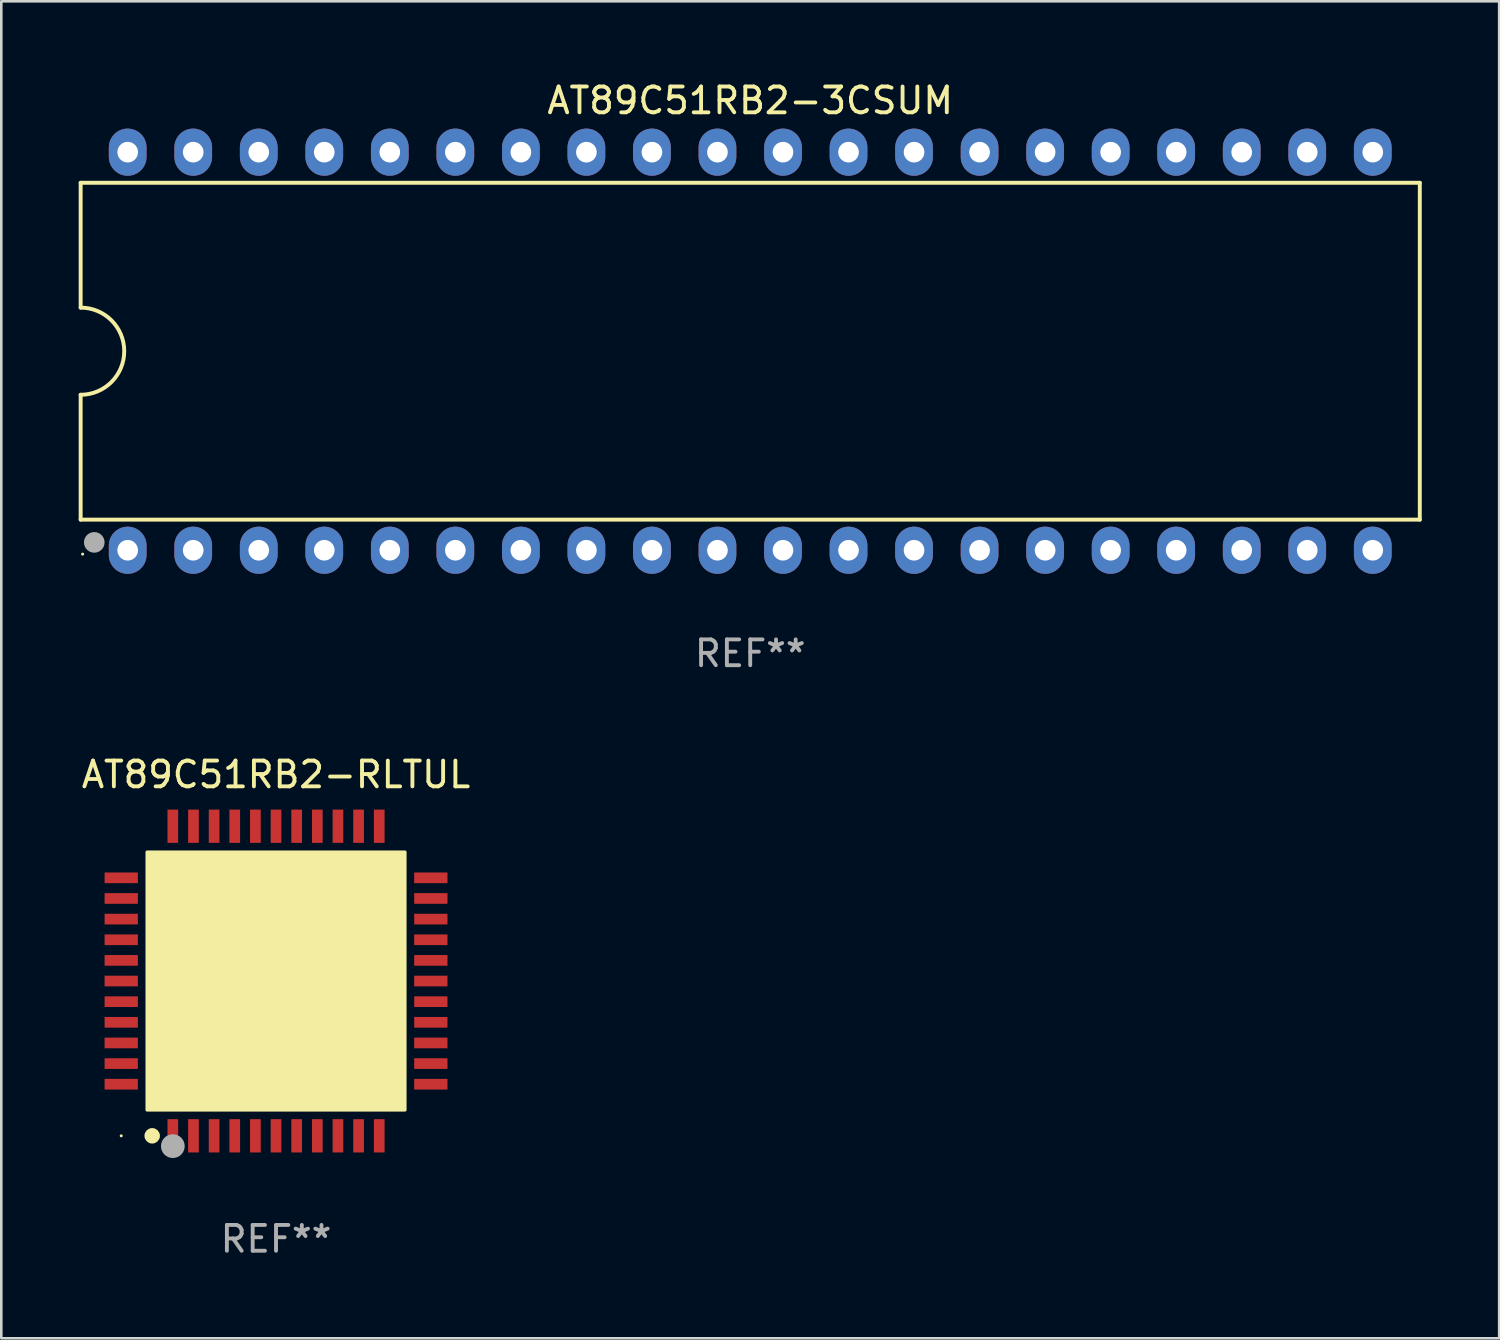
<source format=kicad_pcb>
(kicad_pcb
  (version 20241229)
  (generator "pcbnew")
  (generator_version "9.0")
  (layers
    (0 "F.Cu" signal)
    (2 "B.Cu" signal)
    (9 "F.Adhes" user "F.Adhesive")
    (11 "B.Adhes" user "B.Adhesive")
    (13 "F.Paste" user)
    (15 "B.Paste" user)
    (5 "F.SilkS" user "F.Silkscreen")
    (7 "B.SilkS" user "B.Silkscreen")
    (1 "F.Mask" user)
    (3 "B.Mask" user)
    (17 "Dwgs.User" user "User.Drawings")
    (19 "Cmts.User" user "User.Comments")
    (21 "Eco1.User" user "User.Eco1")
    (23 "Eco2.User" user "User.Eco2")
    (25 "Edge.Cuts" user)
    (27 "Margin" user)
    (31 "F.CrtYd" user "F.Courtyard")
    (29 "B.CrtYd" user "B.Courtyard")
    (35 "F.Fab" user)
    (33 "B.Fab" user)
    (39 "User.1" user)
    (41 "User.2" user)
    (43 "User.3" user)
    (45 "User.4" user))
  (footprint "AT89C51RB2-RLTUL"
    (layer "F.Cu")
    (at 7.649 34.975)
    (property "Reference" "AT89C51RB2-RLTUL" (at 0 -8 0) (layer "F.SilkS") (effects (font (size 1 1) (thickness 0.15))))
    (attr through_hole)
    (fp_circle (center -6 6) (end -5.97 6) (stroke (width 0.06) (type solid)) (fill no) (layer "F.SilkS"))
    (fp_circle (center -4.8 6) (end -4.65 6) (stroke (width 0.3) (type solid)) (fill no) (layer "F.SilkS"))
    (fp_poly (pts (xy -5 -5) (xy 5 -5) (xy 5 5) (xy -5 5)) (stroke (width 0.12) (type solid)) (fill yes) (layer "F.SilkS"))
    (fp_circle (center -4 6.4) (end -3.77 6.4) (stroke (width 0.46) (type solid)) (fill no) (layer "F.Fab"))
    (fp_text user "REF**" (at 0 10 0) (layer "F.Fab") (effects (font (size 1 1) (thickness 0.15))))
    (pad "1" smd rect (at -4 6 90) (size 1.29 0.414) (layers "F.Cu" "F.Mask" "F.Paste"))
    (pad "2" smd rect (at -3.2 6 90) (size 1.29 0.414) (layers "F.Cu" "F.Mask" "F.Paste"))
    (pad "3" smd rect (at -2.4 6 90) (size 1.29 0.414) (layers "F.Cu" "F.Mask" "F.Paste"))
    (pad "4" smd rect (at -1.6 6 90) (size 1.29 0.414) (layers "F.Cu" "F.Mask" "F.Paste"))
    (pad "5" smd rect (at -0.8 6 90) (size 1.29 0.414) (layers "F.Cu" "F.Mask" "F.Paste"))
    (pad "6" smd rect (at 0 6 90) (size 1.29 0.414) (layers "F.Cu" "F.Mask" "F.Paste"))
    (pad "7" smd rect (at 0.8 6 90) (size 1.29 0.414) (layers "F.Cu" "F.Mask" "F.Paste"))
    (pad "8" smd rect (at 1.6 6 90) (size 1.29 0.414) (layers "F.Cu" "F.Mask" "F.Paste"))
    (pad "9" smd rect (at 2.4 6 90) (size 1.29 0.414) (layers "F.Cu" "F.Mask" "F.Paste"))
    (pad "10" smd rect (at 3.2 6 90) (size 1.29 0.414) (layers "F.Cu" "F.Mask" "F.Paste"))
    (pad "11" smd rect (at 4 6 90) (size 1.29 0.414) (layers "F.Cu" "F.Mask" "F.Paste"))
    (pad "12" smd rect (at 6 4 90) (size 0.414 1.29) (layers "F.Cu" "F.Mask" "F.Paste"))
    (pad "13" smd rect (at 6 3.2 90) (size 0.414 1.29) (layers "F.Cu" "F.Mask" "F.Paste"))
    (pad "14" smd rect (at 6 2.4 90) (size 0.414 1.29) (layers "F.Cu" "F.Mask" "F.Paste"))
    (pad "15" smd rect (at 6 1.6 90) (size 0.414 1.29) (layers "F.Cu" "F.Mask" "F.Paste"))
    (pad "16" smd rect (at 6 0.8 90) (size 0.414 1.29) (layers "F.Cu" "F.Mask" "F.Paste"))
    (pad "17" smd rect (at 6 0 90) (size 0.414 1.29) (layers "F.Cu" "F.Mask" "F.Paste"))
    (pad "18" smd rect (at 6 -0.8 90) (size 0.414 1.29) (layers "F.Cu" "F.Mask" "F.Paste"))
    (pad "19" smd rect (at 6 -1.6 90) (size 0.414 1.29) (layers "F.Cu" "F.Mask" "F.Paste"))
    (pad "20" smd rect (at 6 -2.4 90) (size 0.414 1.29) (layers "F.Cu" "F.Mask" "F.Paste"))
    (pad "21" smd rect (at 6 -3.2 90) (size 0.414 1.29) (layers "F.Cu" "F.Mask" "F.Paste"))
    (pad "22" smd rect (at 6 -4 90) (size 0.414 1.29) (layers "F.Cu" "F.Mask" "F.Paste"))
    (pad "23" smd rect (at 4 -6 90) (size 1.29 0.414) (layers "F.Cu" "F.Mask" "F.Paste"))
    (pad "24" smd rect (at 3.2 -6 90) (size 1.29 0.414) (layers "F.Cu" "F.Mask" "F.Paste"))
    (pad "25" smd rect (at 2.4 -6 90) (size 1.29 0.414) (layers "F.Cu" "F.Mask" "F.Paste"))
    (pad "26" smd rect (at 1.6 -6 90) (size 1.29 0.414) (layers "F.Cu" "F.Mask" "F.Paste"))
    (pad "27" smd rect (at 0.8 -6 90) (size 1.29 0.414) (layers "F.Cu" "F.Mask" "F.Paste"))
    (pad "28" smd rect (at 0 -6 90) (size 1.29 0.414) (layers "F.Cu" "F.Mask" "F.Paste"))
    (pad "29" smd rect (at -0.8 -6 90) (size 1.29 0.414) (layers "F.Cu" "F.Mask" "F.Paste"))
    (pad "30" smd rect (at -1.6 -6 90) (size 1.29 0.414) (layers "F.Cu" "F.Mask" "F.Paste"))
    (pad "31" smd rect (at -2.4 -6 90) (size 1.29 0.414) (layers "F.Cu" "F.Mask" "F.Paste"))
    (pad "32" smd rect (at -3.2 -6 90) (size 1.29 0.414) (layers "F.Cu" "F.Mask" "F.Paste"))
    (pad "33" smd rect (at -4 -6 90) (size 1.29 0.414) (layers "F.Cu" "F.Mask" "F.Paste"))
    (pad "34" smd rect (at -6 -4 180) (size 1.29 0.414) (layers "F.Cu" "F.Mask" "F.Paste"))
    (pad "35" smd rect (at -6 -3.2 180) (size 1.29 0.414) (layers "F.Cu" "F.Mask" "F.Paste"))
    (pad "36" smd rect (at -6 -2.4 180) (size 1.29 0.414) (layers "F.Cu" "F.Mask" "F.Paste"))
    (pad "37" smd rect (at -6 -1.6 180) (size 1.29 0.414) (layers "F.Cu" "F.Mask" "F.Paste"))
    (pad "38" smd rect (at -6 -0.8 180) (size 1.29 0.414) (layers "F.Cu" "F.Mask" "F.Paste"))
    (pad "39" smd rect (at -6 0 180) (size 1.29 0.414) (layers "F.Cu" "F.Mask" "F.Paste"))
    (pad "40" smd rect (at -6 0.8 180) (size 1.29 0.414) (layers "F.Cu" "F.Mask" "F.Paste"))
    (pad "41" smd rect (at -6 1.6 180) (size 1.29 0.414) (layers "F.Cu" "F.Mask" "F.Paste"))
    (pad "42" smd rect (at -6 2.4 180) (size 1.29 0.414) (layers "F.Cu" "F.Mask" "F.Paste"))
    (pad "43" smd rect (at -6 3.2 180) (size 1.29 0.414) (layers "F.Cu" "F.Mask" "F.Paste"))
    (pad "44" smd rect (at -6 4 180) (size 1.29 0.414) (layers "F.Cu" "F.Mask" "F.Paste")))
  (footprint "AT89C51RB2-3CSUM"
    (layer "F.Cu")
    (at 26.029 10.563)
    (property "Reference" "AT89C51RB2-3CSUM" (at 0 -9.715 0) (layer "F.SilkS") (effects (font (size 1 1) (thickness 0.15))))
    (attr through_hole)
    (fp_line (start -25.953 -6.528) (end -25.953 -1.689) (stroke (width 0.152) (type solid)) (layer "F.SilkS"))
    (fp_line (start -25.953 1.689) (end -25.953 6.528) (stroke (width 0.152) (type solid)) (layer "F.SilkS"))
    (fp_line (start -25.953 6.528) (end 25.953 6.528) (stroke (width 0.152) (type solid)) (layer "F.SilkS"))
    (fp_line (start 25.953 -6.528) (end -25.953 -6.528) (stroke (width 0.152) (type solid)) (layer "F.SilkS"))
    (fp_line (start 25.953 6.528) (end 25.953 -6.528) (stroke (width 0.152) (type solid)) (layer "F.SilkS"))
    (fp_arc (start -25.9527 -1.689126) (mid -24.263574 0) (end -25.9527 1.689126) (stroke (width 0.1524) (type solid)) (layer "F.SilkS"))
    (fp_circle (center -25.877 7.865) (end -25.847 7.865) (stroke (width 0.06) (type solid)) (fill no) (layer "F.SilkS"))
    (fp_circle (center -25.435 7.41) (end -25.245 7.41) (stroke (width 0.15) (type solid)) (fill no) (layer "F.SilkS"))
    (fp_circle (center -25.425 7.41) (end -25.225 7.41) (stroke (width 0.4) (type solid)) (fill no) (layer "F.Fab"))
    (fp_text user "REF**" (at 0 11.715 0) (layer "F.Fab") (effects (font (size 1 1) (thickness 0.15))))
    (pad "1" thru_hole oval (at -24.13 7.715) (size 1.462 1.828) (drill 0.8) (layers "*.Cu" "*.Mask"))
    (pad "2" thru_hole oval (at -21.59 7.715) (size 1.462 1.828) (drill 0.8) (layers "*.Cu" "*.Mask"))
    (pad "3" thru_hole oval (at -19.05 7.715) (size 1.462 1.828) (drill 0.8) (layers "*.Cu" "*.Mask"))
    (pad "4" thru_hole oval (at -16.51 7.715) (size 1.462 1.828) (drill 0.8) (layers "*.Cu" "*.Mask"))
    (pad "5" thru_hole oval (at -13.97 7.715) (size 1.462 1.828) (drill 0.8) (layers "*.Cu" "*.Mask"))
    (pad "6" thru_hole oval (at -11.43 7.715) (size 1.462 1.828) (drill 0.8) (layers "*.Cu" "*.Mask"))
    (pad "7" thru_hole oval (at -8.89 7.715) (size 1.462 1.828) (drill 0.8) (layers "*.Cu" "*.Mask"))
    (pad "8" thru_hole oval (at -6.35 7.715) (size 1.462 1.828) (drill 0.8) (layers "*.Cu" "*.Mask"))
    (pad "9" thru_hole oval (at -3.81 7.715) (size 1.462 1.828) (drill 0.8) (layers "*.Cu" "*.Mask"))
    (pad "10" thru_hole oval (at -1.27 7.715) (size 1.462 1.828) (drill 0.8) (layers "*.Cu" "*.Mask"))
    (pad "11" thru_hole oval (at 1.27 7.715) (size 1.462 1.828) (drill 0.8) (layers "*.Cu" "*.Mask"))
    (pad "12" thru_hole oval (at 3.81 7.715) (size 1.462 1.828) (drill 0.8) (layers "*.Cu" "*.Mask"))
    (pad "13" thru_hole oval (at 6.35 7.715) (size 1.462 1.828) (drill 0.8) (layers "*.Cu" "*.Mask"))
    (pad "14" thru_hole oval (at 8.89 7.715) (size 1.462 1.828) (drill 0.8) (layers "*.Cu" "*.Mask"))
    (pad "15" thru_hole oval (at 11.43 7.715) (size 1.462 1.828) (drill 0.8) (layers "*.Cu" "*.Mask"))
    (pad "16" thru_hole oval (at 13.97 7.715) (size 1.462 1.828) (drill 0.8) (layers "*.Cu" "*.Mask"))
    (pad "17" thru_hole oval (at 16.51 7.715) (size 1.462 1.828) (drill 0.8) (layers "*.Cu" "*.Mask"))
    (pad "18" thru_hole oval (at 19.05 7.715) (size 1.462 1.828) (drill 0.8) (layers "*.Cu" "*.Mask"))
    (pad "19" thru_hole oval (at 21.59 7.715) (size 1.462 1.828) (drill 0.8) (layers "*.Cu" "*.Mask"))
    (pad "20" thru_hole oval (at 24.13 7.715) (size 1.462 1.828) (drill 0.8) (layers "*.Cu" "*.Mask"))
    (pad "21" thru_hole oval (at 24.13 -7.715) (size 1.462 1.828) (drill 0.8) (layers "*.Cu" "*.Mask"))
    (pad "22" thru_hole oval (at 21.59 -7.715) (size 1.462 1.828) (drill 0.8) (layers "*.Cu" "*.Mask"))
    (pad "23" thru_hole oval (at 19.05 -7.715) (size 1.462 1.828) (drill 0.8) (layers "*.Cu" "*.Mask"))
    (pad "24" thru_hole oval (at 16.51 -7.715) (size 1.462 1.828) (drill 0.8) (layers "*.Cu" "*.Mask"))
    (pad "25" thru_hole oval (at 13.97 -7.715) (size 1.462 1.828) (drill 0.8) (layers "*.Cu" "*.Mask"))
    (pad "26" thru_hole oval (at 11.43 -7.715) (size 1.462 1.828) (drill 0.8) (layers "*.Cu" "*.Mask"))
    (pad "27" thru_hole oval (at 8.89 -7.715) (size 1.462 1.828) (drill 0.8) (layers "*.Cu" "*.Mask"))
    (pad "28" thru_hole oval (at 6.35 -7.715) (size 1.462 1.828) (drill 0.8) (layers "*.Cu" "*.Mask"))
    (pad "29" thru_hole oval (at 3.81 -7.715) (size 1.462 1.828) (drill 0.8) (layers "*.Cu" "*.Mask"))
    (pad "30" thru_hole oval (at 1.27 -7.715) (size 1.462 1.828) (drill 0.8) (layers "*.Cu" "*.Mask"))
    (pad "31" thru_hole oval (at -1.27 -7.715) (size 1.462 1.828) (drill 0.8) (layers "*.Cu" "*.Mask"))
    (pad "32" thru_hole oval (at -3.81 -7.715) (size 1.462 1.828) (drill 0.8) (layers "*.Cu" "*.Mask"))
    (pad "33" thru_hole oval (at -6.35 -7.715) (size 1.462 1.828) (drill 0.8) (layers "*.Cu" "*.Mask"))
    (pad "34" thru_hole oval (at -8.89 -7.715) (size 1.462 1.828) (drill 0.8) (layers "*.Cu" "*.Mask"))
    (pad "35" thru_hole oval (at -11.43 -7.715) (size 1.462 1.828) (drill 0.8) (layers "*.Cu" "*.Mask"))
    (pad "36" thru_hole oval (at -13.97 -7.715) (size 1.462 1.828) (drill 0.8) (layers "*.Cu" "*.Mask"))
    (pad "37" thru_hole oval (at -16.51 -7.715) (size 1.462 1.828) (drill 0.8) (layers "*.Cu" "*.Mask"))
    (pad "38" thru_hole oval (at -19.05 -7.715) (size 1.462 1.828) (drill 0.8) (layers "*.Cu" "*.Mask"))
    (pad "39" thru_hole oval (at -21.59 -7.715) (size 1.462 1.828) (drill 0.8) (layers "*.Cu" "*.Mask"))
    (pad "40" thru_hole oval (at -24.13 -7.715) (size 1.462 1.828) (drill 0.8) (layers "*.Cu" "*.Mask")))
  (gr_rect
    (start -3 -3)
    (end 55.058 48.823)
    (stroke (width 0.1) (type default))
    (fill no)
    (layer "Edge.Cuts")))
</source>
